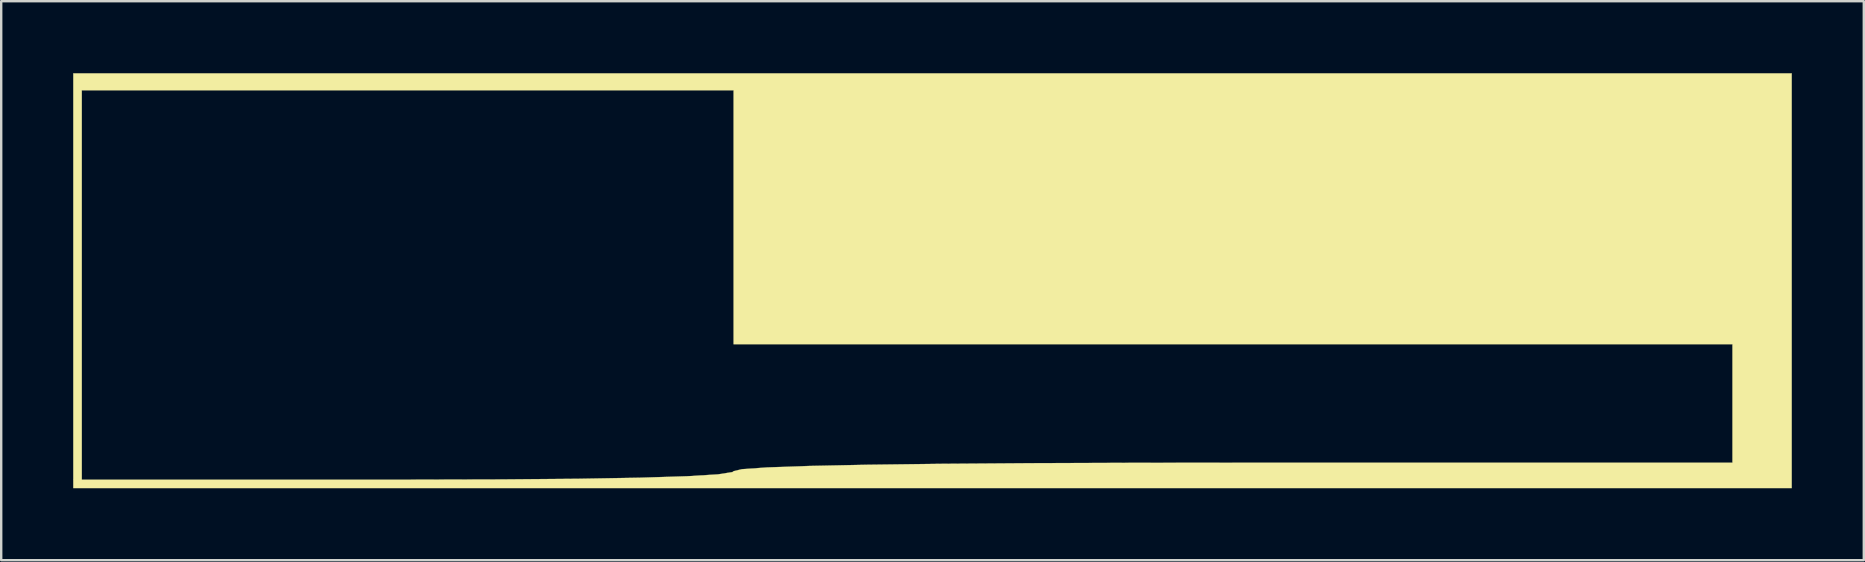
<source format=kicad_pcb>
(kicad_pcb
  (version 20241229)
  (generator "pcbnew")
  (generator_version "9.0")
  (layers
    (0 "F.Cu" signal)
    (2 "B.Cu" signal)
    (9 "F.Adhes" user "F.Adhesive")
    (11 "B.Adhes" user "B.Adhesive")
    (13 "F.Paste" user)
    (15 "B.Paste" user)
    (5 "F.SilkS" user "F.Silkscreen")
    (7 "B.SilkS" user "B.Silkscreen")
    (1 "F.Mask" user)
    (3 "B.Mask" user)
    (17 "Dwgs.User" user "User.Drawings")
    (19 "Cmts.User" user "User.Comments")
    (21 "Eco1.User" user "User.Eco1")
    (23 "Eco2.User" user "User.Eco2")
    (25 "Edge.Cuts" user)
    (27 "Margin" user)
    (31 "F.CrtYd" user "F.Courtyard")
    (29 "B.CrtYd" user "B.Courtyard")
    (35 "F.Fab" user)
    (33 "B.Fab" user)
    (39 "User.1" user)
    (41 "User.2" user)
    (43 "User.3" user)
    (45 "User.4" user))
  (footprint "logo"
    (layer "F.Cu")
    (at 35.636 8.472)
    (property "Reference" "logo" (at 0 0 0) (layer "F.SilkS") (effects (font (size 1.524 1.524) (thickness 0.3))))
    (attr through_hole)
    (fp_poly (pts (xy 35.983 8.819) (xy -35.631 8.819) (xy -35.631 -7.761) (xy -35.278 -7.761) (xy -35.278 8.467) (xy -21.696 8.467) (xy -17.842 8.458) (xy -14.605 8.431) (xy -12.003 8.386) (xy -10.05 8.325) (xy -8.764 8.247) (xy -8.161 8.152) (xy -8.114 8.114) (xy -7.763 8.031) (xy -6.715 7.958) (xy -4.979 7.897) (xy -2.565 7.847) (xy 0.519 7.808) (xy 4.265 7.781) (xy 8.662 7.765) (xy 12.7 7.761) (xy 33.514 7.761) (xy 33.514 2.822) (xy -8.114 2.822) (xy -8.114 -7.761) (xy -35.278 -7.761) (xy -35.631 -7.761) (xy -35.631 -8.467) (xy 35.983 -8.467) (xy 35.983 8.819)) (stroke (width 0.01) (type solid)) (fill yes) (layer "F.SilkS")))
  (gr_rect
    (start -3 -3)
    (end 74.624 20.296)
    (stroke (width 0.1) (type default))
    (fill no)
    (layer "Edge.Cuts")))
</source>
